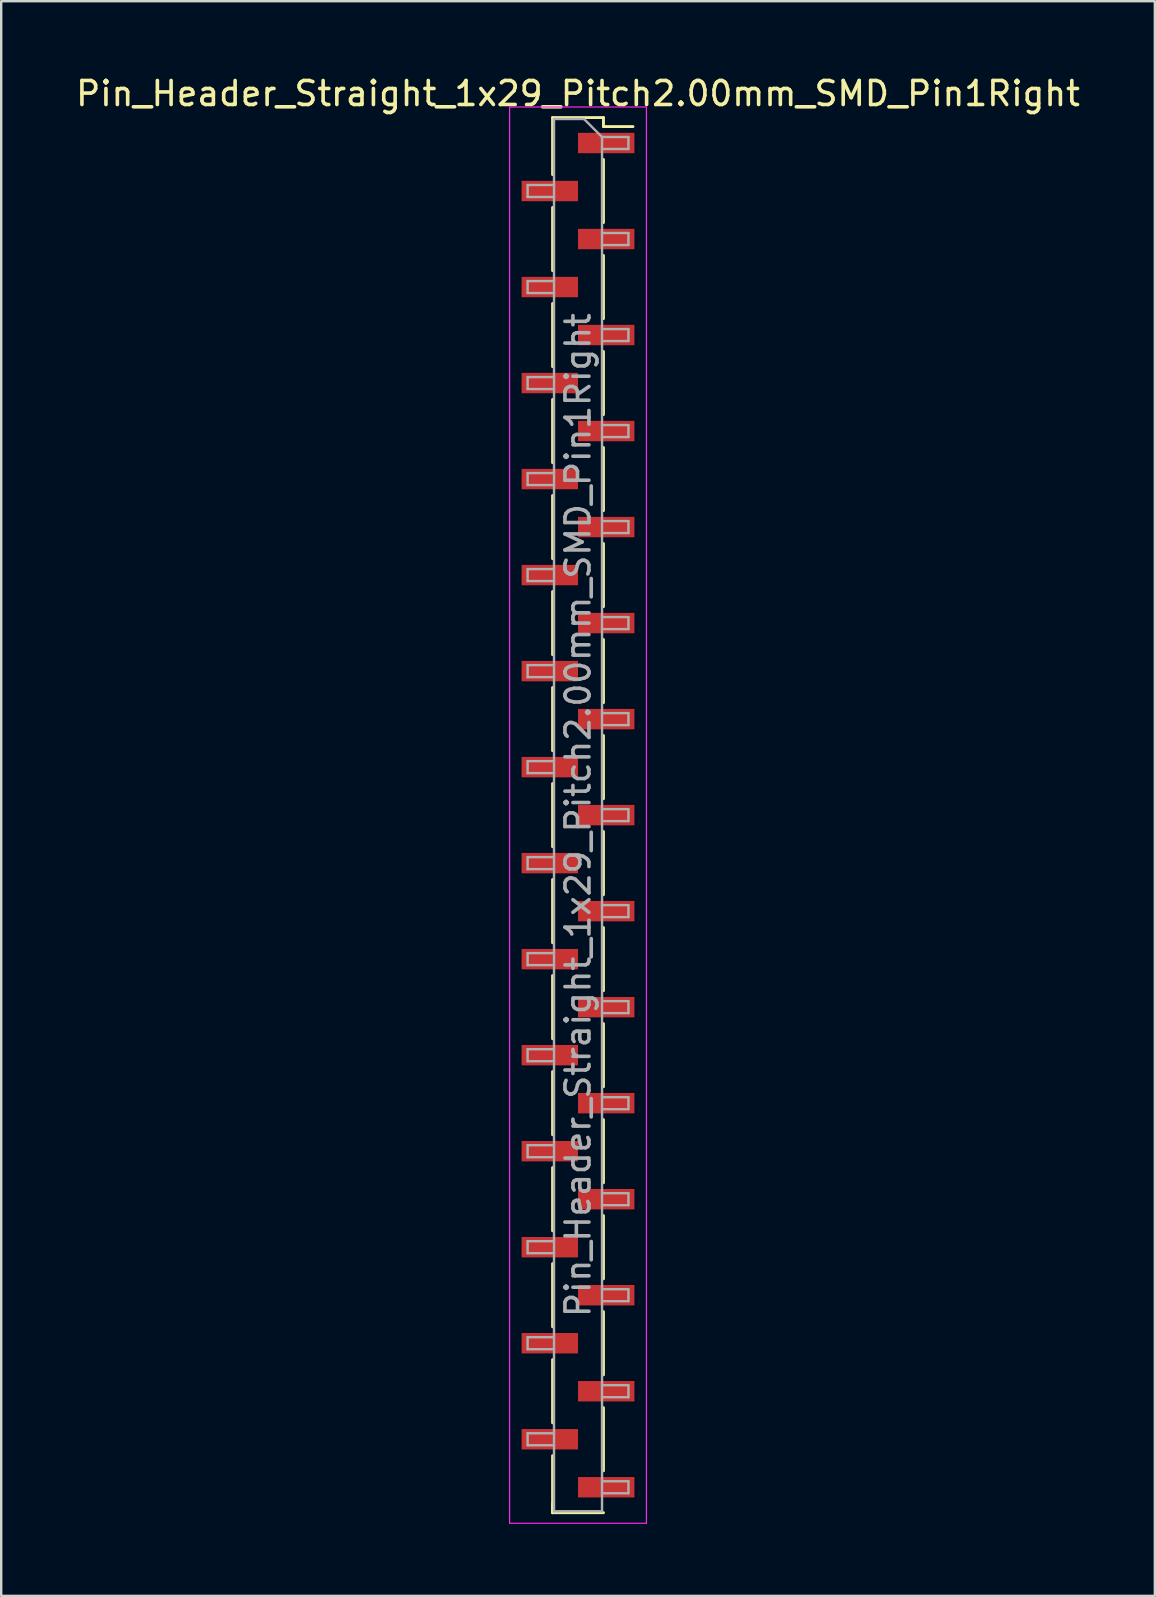
<source format=kicad_pcb>
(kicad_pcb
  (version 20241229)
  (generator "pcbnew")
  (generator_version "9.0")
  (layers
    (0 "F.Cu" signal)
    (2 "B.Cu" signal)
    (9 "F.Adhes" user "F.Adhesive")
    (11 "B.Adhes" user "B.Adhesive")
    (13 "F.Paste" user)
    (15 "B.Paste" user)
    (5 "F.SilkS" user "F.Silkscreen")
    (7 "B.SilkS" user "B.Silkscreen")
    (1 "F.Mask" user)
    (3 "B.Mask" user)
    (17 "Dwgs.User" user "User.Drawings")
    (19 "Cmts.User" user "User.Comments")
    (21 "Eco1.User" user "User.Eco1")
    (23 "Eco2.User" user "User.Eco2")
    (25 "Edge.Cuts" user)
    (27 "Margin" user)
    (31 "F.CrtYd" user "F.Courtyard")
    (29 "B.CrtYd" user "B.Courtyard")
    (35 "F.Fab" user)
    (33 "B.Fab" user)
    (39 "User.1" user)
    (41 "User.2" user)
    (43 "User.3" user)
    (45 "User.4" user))
  (footprint "Pin_Header_Straight_1x29_Pitch2.00mm_SMD_Pin1Right"
    (layer "F.Cu")
    (at 21.03 30.908)
    (property "Reference" "Pin_Header_Straight_1x29_Pitch2.00mm_SMD_Pin1Right" (at 0 -30.06 0) (layer "F.SilkS") (effects (font (size 1 1) (thickness 0.15))))
    (attr smd)
    (fp_line (start -1.06 -29.06) (end -1.06 -26.685) (stroke (width 0.12) (type solid)) (layer "F.SilkS"))
    (fp_line (start -1.06 -29.06) (end 1.06 -29.06) (stroke (width 0.12) (type solid)) (layer "F.SilkS"))
    (fp_line (start -1.06 -25.315) (end -1.06 -22.685) (stroke (width 0.12) (type solid)) (layer "F.SilkS"))
    (fp_line (start -1.06 -21.315) (end -1.06 -18.685) (stroke (width 0.12) (type solid)) (layer "F.SilkS"))
    (fp_line (start -1.06 -17.315) (end -1.06 -14.685) (stroke (width 0.12) (type solid)) (layer "F.SilkS"))
    (fp_line (start -1.06 -13.315) (end -1.06 -10.685) (stroke (width 0.12) (type solid)) (layer "F.SilkS"))
    (fp_line (start -1.06 -9.315) (end -1.06 -6.685) (stroke (width 0.12) (type solid)) (layer "F.SilkS"))
    (fp_line (start -1.06 -5.315) (end -1.06 -2.685) (stroke (width 0.12) (type solid)) (layer "F.SilkS"))
    (fp_line (start -1.06 -1.315) (end -1.06 1.315) (stroke (width 0.12) (type solid)) (layer "F.SilkS"))
    (fp_line (start -1.06 2.685) (end -1.06 5.315) (stroke (width 0.12) (type solid)) (layer "F.SilkS"))
    (fp_line (start -1.06 6.685) (end -1.06 9.315) (stroke (width 0.12) (type solid)) (layer "F.SilkS"))
    (fp_line (start -1.06 10.685) (end -1.06 13.315) (stroke (width 0.12) (type solid)) (layer "F.SilkS"))
    (fp_line (start -1.06 14.685) (end -1.06 17.315) (stroke (width 0.12) (type solid)) (layer "F.SilkS"))
    (fp_line (start -1.06 18.685) (end -1.06 21.315) (stroke (width 0.12) (type solid)) (layer "F.SilkS"))
    (fp_line (start -1.06 22.685) (end -1.06 25.315) (stroke (width 0.12) (type solid)) (layer "F.SilkS"))
    (fp_line (start -1.06 26.685) (end -1.06 29.06) (stroke (width 0.12) (type solid)) (layer "F.SilkS"))
    (fp_line (start -1.06 28.685) (end -1.06 29.06) (stroke (width 0.12) (type solid)) (layer "F.SilkS"))
    (fp_line (start -1.06 29.06) (end 1.06 29.06) (stroke (width 0.12) (type solid)) (layer "F.SilkS"))
    (fp_line (start 1.06 -29.06) (end 1.06 -28.685) (stroke (width 0.12) (type solid)) (layer "F.SilkS"))
    (fp_line (start 1.06 -28.685) (end 2.29 -28.685) (stroke (width 0.12) (type solid)) (layer "F.SilkS"))
    (fp_line (start 1.06 -27.315) (end 1.06 -24.685) (stroke (width 0.12) (type solid)) (layer "F.SilkS"))
    (fp_line (start 1.06 -23.315) (end 1.06 -20.685) (stroke (width 0.12) (type solid)) (layer "F.SilkS"))
    (fp_line (start 1.06 -19.315) (end 1.06 -16.685) (stroke (width 0.12) (type solid)) (layer "F.SilkS"))
    (fp_line (start 1.06 -15.315) (end 1.06 -12.685) (stroke (width 0.12) (type solid)) (layer "F.SilkS"))
    (fp_line (start 1.06 -11.315) (end 1.06 -8.685) (stroke (width 0.12) (type solid)) (layer "F.SilkS"))
    (fp_line (start 1.06 -7.315) (end 1.06 -4.685) (stroke (width 0.12) (type solid)) (layer "F.SilkS"))
    (fp_line (start 1.06 -3.315) (end 1.06 -0.685) (stroke (width 0.12) (type solid)) (layer "F.SilkS"))
    (fp_line (start 1.06 0.685) (end 1.06 3.315) (stroke (width 0.12) (type solid)) (layer "F.SilkS"))
    (fp_line (start 1.06 4.685) (end 1.06 7.315) (stroke (width 0.12) (type solid)) (layer "F.SilkS"))
    (fp_line (start 1.06 8.685) (end 1.06 11.315) (stroke (width 0.12) (type solid)) (layer "F.SilkS"))
    (fp_line (start 1.06 12.685) (end 1.06 15.315) (stroke (width 0.12) (type solid)) (layer "F.SilkS"))
    (fp_line (start 1.06 16.685) (end 1.06 19.315) (stroke (width 0.12) (type solid)) (layer "F.SilkS"))
    (fp_line (start 1.06 20.685) (end 1.06 23.315) (stroke (width 0.12) (type solid)) (layer "F.SilkS"))
    (fp_line (start 1.06 24.685) (end 1.06 27.315) (stroke (width 0.12) (type solid)) (layer "F.SilkS"))
    (fp_line (start -2.85 -29.5) (end -2.85 29.5) (stroke (width 0.05) (type solid)) (layer "F.CrtYd"))
    (fp_line (start -2.85 29.5) (end 2.85 29.5) (stroke (width 0.05) (type solid)) (layer "F.CrtYd"))
    (fp_line (start 2.85 -29.5) (end -2.85 -29.5) (stroke (width 0.05) (type solid)) (layer "F.CrtYd"))
    (fp_line (start 2.85 29.5) (end 2.85 -29.5) (stroke (width 0.05) (type solid)) (layer "F.CrtYd"))
    (fp_line (start -2.1 -26.25) (end -2.1 -25.75) (stroke (width 0.1) (type solid)) (layer "F.Fab"))
    (fp_line (start -2.1 -25.75) (end -1 -25.75) (stroke (width 0.1) (type solid)) (layer "F.Fab"))
    (fp_line (start -2.1 -22.25) (end -2.1 -21.75) (stroke (width 0.1) (type solid)) (layer "F.Fab"))
    (fp_line (start -2.1 -21.75) (end -1 -21.75) (stroke (width 0.1) (type solid)) (layer "F.Fab"))
    (fp_line (start -2.1 -18.25) (end -2.1 -17.75) (stroke (width 0.1) (type solid)) (layer "F.Fab"))
    (fp_line (start -2.1 -17.75) (end -1 -17.75) (stroke (width 0.1) (type solid)) (layer "F.Fab"))
    (fp_line (start -2.1 -14.25) (end -2.1 -13.75) (stroke (width 0.1) (type solid)) (layer "F.Fab"))
    (fp_line (start -2.1 -13.75) (end -1 -13.75) (stroke (width 0.1) (type solid)) (layer "F.Fab"))
    (fp_line (start -2.1 -10.25) (end -2.1 -9.75) (stroke (width 0.1) (type solid)) (layer "F.Fab"))
    (fp_line (start -2.1 -9.75) (end -1 -9.75) (stroke (width 0.1) (type solid)) (layer "F.Fab"))
    (fp_line (start -2.1 -6.25) (end -2.1 -5.75) (stroke (width 0.1) (type solid)) (layer "F.Fab"))
    (fp_line (start -2.1 -5.75) (end -1 -5.75) (stroke (width 0.1) (type solid)) (layer "F.Fab"))
    (fp_line (start -2.1 -2.25) (end -2.1 -1.75) (stroke (width 0.1) (type solid)) (layer "F.Fab"))
    (fp_line (start -2.1 -1.75) (end -1 -1.75) (stroke (width 0.1) (type solid)) (layer "F.Fab"))
    (fp_line (start -2.1 1.75) (end -2.1 2.25) (stroke (width 0.1) (type solid)) (layer "F.Fab"))
    (fp_line (start -2.1 2.25) (end -1 2.25) (stroke (width 0.1) (type solid)) (layer "F.Fab"))
    (fp_line (start -2.1 5.75) (end -2.1 6.25) (stroke (width 0.1) (type solid)) (layer "F.Fab"))
    (fp_line (start -2.1 6.25) (end -1 6.25) (stroke (width 0.1) (type solid)) (layer "F.Fab"))
    (fp_line (start -2.1 9.75) (end -2.1 10.25) (stroke (width 0.1) (type solid)) (layer "F.Fab"))
    (fp_line (start -2.1 10.25) (end -1 10.25) (stroke (width 0.1) (type solid)) (layer "F.Fab"))
    (fp_line (start -2.1 13.75) (end -2.1 14.25) (stroke (width 0.1) (type solid)) (layer "F.Fab"))
    (fp_line (start -2.1 14.25) (end -1 14.25) (stroke (width 0.1) (type solid)) (layer "F.Fab"))
    (fp_line (start -2.1 17.75) (end -2.1 18.25) (stroke (width 0.1) (type solid)) (layer "F.Fab"))
    (fp_line (start -2.1 18.25) (end -1 18.25) (stroke (width 0.1) (type solid)) (layer "F.Fab"))
    (fp_line (start -2.1 21.75) (end -2.1 22.25) (stroke (width 0.1) (type solid)) (layer "F.Fab"))
    (fp_line (start -2.1 22.25) (end -1 22.25) (stroke (width 0.1) (type solid)) (layer "F.Fab"))
    (fp_line (start -2.1 25.75) (end -2.1 26.25) (stroke (width 0.1) (type solid)) (layer "F.Fab"))
    (fp_line (start -2.1 26.25) (end -1 26.25) (stroke (width 0.1) (type solid)) (layer "F.Fab"))
    (fp_line (start -1 -29) (end -1 29) (stroke (width 0.1) (type solid)) (layer "F.Fab"))
    (fp_line (start -1 -29) (end 0.25 -29) (stroke (width 0.1) (type solid)) (layer "F.Fab"))
    (fp_line (start -1 -26.25) (end -2.1 -26.25) (stroke (width 0.1) (type solid)) (layer "F.Fab"))
    (fp_line (start -1 -22.25) (end -2.1 -22.25) (stroke (width 0.1) (type solid)) (layer "F.Fab"))
    (fp_line (start -1 -18.25) (end -2.1 -18.25) (stroke (width 0.1) (type solid)) (layer "F.Fab"))
    (fp_line (start -1 -14.25) (end -2.1 -14.25) (stroke (width 0.1) (type solid)) (layer "F.Fab"))
    (fp_line (start -1 -10.25) (end -2.1 -10.25) (stroke (width 0.1) (type solid)) (layer "F.Fab"))
    (fp_line (start -1 -6.25) (end -2.1 -6.25) (stroke (width 0.1) (type solid)) (layer "F.Fab"))
    (fp_line (start -1 -2.25) (end -2.1 -2.25) (stroke (width 0.1) (type solid)) (layer "F.Fab"))
    (fp_line (start -1 1.75) (end -2.1 1.75) (stroke (width 0.1) (type solid)) (layer "F.Fab"))
    (fp_line (start -1 5.75) (end -2.1 5.75) (stroke (width 0.1) (type solid)) (layer "F.Fab"))
    (fp_line (start -1 9.75) (end -2.1 9.75) (stroke (width 0.1) (type solid)) (layer "F.Fab"))
    (fp_line (start -1 13.75) (end -2.1 13.75) (stroke (width 0.1) (type solid)) (layer "F.Fab"))
    (fp_line (start -1 17.75) (end -2.1 17.75) (stroke (width 0.1) (type solid)) (layer "F.Fab"))
    (fp_line (start -1 21.75) (end -2.1 21.75) (stroke (width 0.1) (type solid)) (layer "F.Fab"))
    (fp_line (start -1 25.75) (end -2.1 25.75) (stroke (width 0.1) (type solid)) (layer "F.Fab"))
    (fp_line (start 1 -28.25) (end 0.25 -29) (stroke (width 0.1) (type solid)) (layer "F.Fab"))
    (fp_line (start 1 -28.25) (end 2.1 -28.25) (stroke (width 0.1) (type solid)) (layer "F.Fab"))
    (fp_line (start 1 -24.25) (end 2.1 -24.25) (stroke (width 0.1) (type solid)) (layer "F.Fab"))
    (fp_line (start 1 -20.25) (end 2.1 -20.25) (stroke (width 0.1) (type solid)) (layer "F.Fab"))
    (fp_line (start 1 -16.25) (end 2.1 -16.25) (stroke (width 0.1) (type solid)) (layer "F.Fab"))
    (fp_line (start 1 -12.25) (end 2.1 -12.25) (stroke (width 0.1) (type solid)) (layer "F.Fab"))
    (fp_line (start 1 -8.25) (end 2.1 -8.25) (stroke (width 0.1) (type solid)) (layer "F.Fab"))
    (fp_line (start 1 -4.25) (end 2.1 -4.25) (stroke (width 0.1) (type solid)) (layer "F.Fab"))
    (fp_line (start 1 -0.25) (end 2.1 -0.25) (stroke (width 0.1) (type solid)) (layer "F.Fab"))
    (fp_line (start 1 3.75) (end 2.1 3.75) (stroke (width 0.1) (type solid)) (layer "F.Fab"))
    (fp_line (start 1 7.75) (end 2.1 7.75) (stroke (width 0.1) (type solid)) (layer "F.Fab"))
    (fp_line (start 1 11.75) (end 2.1 11.75) (stroke (width 0.1) (type solid)) (layer "F.Fab"))
    (fp_line (start 1 15.75) (end 2.1 15.75) (stroke (width 0.1) (type solid)) (layer "F.Fab"))
    (fp_line (start 1 19.75) (end 2.1 19.75) (stroke (width 0.1) (type solid)) (layer "F.Fab"))
    (fp_line (start 1 23.75) (end 2.1 23.75) (stroke (width 0.1) (type solid)) (layer "F.Fab"))
    (fp_line (start 1 27.75) (end 2.1 27.75) (stroke (width 0.1) (type solid)) (layer "F.Fab"))
    (fp_line (start 1 29) (end -1 29) (stroke (width 0.1) (type solid)) (layer "F.Fab"))
    (fp_line (start 1 29) (end 1 -28.25) (stroke (width 0.1) (type solid)) (layer "F.Fab"))
    (fp_line (start 2.1 -28.25) (end 2.1 -27.75) (stroke (width 0.1) (type solid)) (layer "F.Fab"))
    (fp_line (start 2.1 -27.75) (end 1 -27.75) (stroke (width 0.1) (type solid)) (layer "F.Fab"))
    (fp_line (start 2.1 -24.25) (end 2.1 -23.75) (stroke (width 0.1) (type solid)) (layer "F.Fab"))
    (fp_line (start 2.1 -23.75) (end 1 -23.75) (stroke (width 0.1) (type solid)) (layer "F.Fab"))
    (fp_line (start 2.1 -20.25) (end 2.1 -19.75) (stroke (width 0.1) (type solid)) (layer "F.Fab"))
    (fp_line (start 2.1 -19.75) (end 1 -19.75) (stroke (width 0.1) (type solid)) (layer "F.Fab"))
    (fp_line (start 2.1 -16.25) (end 2.1 -15.75) (stroke (width 0.1) (type solid)) (layer "F.Fab"))
    (fp_line (start 2.1 -15.75) (end 1 -15.75) (stroke (width 0.1) (type solid)) (layer "F.Fab"))
    (fp_line (start 2.1 -12.25) (end 2.1 -11.75) (stroke (width 0.1) (type solid)) (layer "F.Fab"))
    (fp_line (start 2.1 -11.75) (end 1 -11.75) (stroke (width 0.1) (type solid)) (layer "F.Fab"))
    (fp_line (start 2.1 -8.25) (end 2.1 -7.75) (stroke (width 0.1) (type solid)) (layer "F.Fab"))
    (fp_line (start 2.1 -7.75) (end 1 -7.75) (stroke (width 0.1) (type solid)) (layer "F.Fab"))
    (fp_line (start 2.1 -4.25) (end 2.1 -3.75) (stroke (width 0.1) (type solid)) (layer "F.Fab"))
    (fp_line (start 2.1 -3.75) (end 1 -3.75) (stroke (width 0.1) (type solid)) (layer "F.Fab"))
    (fp_line (start 2.1 -0.25) (end 2.1 0.25) (stroke (width 0.1) (type solid)) (layer "F.Fab"))
    (fp_line (start 2.1 0.25) (end 1 0.25) (stroke (width 0.1) (type solid)) (layer "F.Fab"))
    (fp_line (start 2.1 3.75) (end 2.1 4.25) (stroke (width 0.1) (type solid)) (layer "F.Fab"))
    (fp_line (start 2.1 4.25) (end 1 4.25) (stroke (width 0.1) (type solid)) (layer "F.Fab"))
    (fp_line (start 2.1 7.75) (end 2.1 8.25) (stroke (width 0.1) (type solid)) (layer "F.Fab"))
    (fp_line (start 2.1 8.25) (end 1 8.25) (stroke (width 0.1) (type solid)) (layer "F.Fab"))
    (fp_line (start 2.1 11.75) (end 2.1 12.25) (stroke (width 0.1) (type solid)) (layer "F.Fab"))
    (fp_line (start 2.1 12.25) (end 1 12.25) (stroke (width 0.1) (type solid)) (layer "F.Fab"))
    (fp_line (start 2.1 15.75) (end 2.1 16.25) (stroke (width 0.1) (type solid)) (layer "F.Fab"))
    (fp_line (start 2.1 16.25) (end 1 16.25) (stroke (width 0.1) (type solid)) (layer "F.Fab"))
    (fp_line (start 2.1 19.75) (end 2.1 20.25) (stroke (width 0.1) (type solid)) (layer "F.Fab"))
    (fp_line (start 2.1 20.25) (end 1 20.25) (stroke (width 0.1) (type solid)) (layer "F.Fab"))
    (fp_line (start 2.1 23.75) (end 2.1 24.25) (stroke (width 0.1) (type solid)) (layer "F.Fab"))
    (fp_line (start 2.1 24.25) (end 1 24.25) (stroke (width 0.1) (type solid)) (layer "F.Fab"))
    (fp_line (start 2.1 27.75) (end 2.1 28.25) (stroke (width 0.1) (type solid)) (layer "F.Fab"))
    (fp_line (start 2.1 28.25) (end 1 28.25) (stroke (width 0.1) (type solid)) (layer "F.Fab"))
    (fp_text user "${REFERENCE}" (at 0 0 90) (layer "F.Fab") (effects (font (size 1 1) (thickness 0.15))))
    (pad "1" smd rect (at 1.175 -28) (size 2.35 0.85) (layers "F.Cu" "F.Mask" "F.Paste"))
    (pad "2" smd rect (at -1.175 -26) (size 2.35 0.85) (layers "F.Cu" "F.Mask" "F.Paste"))
    (pad "3" smd rect (at 1.175 -24) (size 2.35 0.85) (layers "F.Cu" "F.Mask" "F.Paste"))
    (pad "4" smd rect (at -1.175 -22) (size 2.35 0.85) (layers "F.Cu" "F.Mask" "F.Paste"))
    (pad "5" smd rect (at 1.175 -20) (size 2.35 0.85) (layers "F.Cu" "F.Mask" "F.Paste"))
    (pad "6" smd rect (at -1.175 -18) (size 2.35 0.85) (layers "F.Cu" "F.Mask" "F.Paste"))
    (pad "7" smd rect (at 1.175 -16) (size 2.35 0.85) (layers "F.Cu" "F.Mask" "F.Paste"))
    (pad "8" smd rect (at -1.175 -14) (size 2.35 0.85) (layers "F.Cu" "F.Mask" "F.Paste"))
    (pad "9" smd rect (at 1.175 -12) (size 2.35 0.85) (layers "F.Cu" "F.Mask" "F.Paste"))
    (pad "10" smd rect (at -1.175 -10) (size 2.35 0.85) (layers "F.Cu" "F.Mask" "F.Paste"))
    (pad "11" smd rect (at 1.175 -8) (size 2.35 0.85) (layers "F.Cu" "F.Mask" "F.Paste"))
    (pad "12" smd rect (at -1.175 -6) (size 2.35 0.85) (layers "F.Cu" "F.Mask" "F.Paste"))
    (pad "13" smd rect (at 1.175 -4) (size 2.35 0.85) (layers "F.Cu" "F.Mask" "F.Paste"))
    (pad "14" smd rect (at -1.175 -2) (size 2.35 0.85) (layers "F.Cu" "F.Mask" "F.Paste"))
    (pad "15" smd rect (at 1.175 0) (size 2.35 0.85) (layers "F.Cu" "F.Mask" "F.Paste"))
    (pad "16" smd rect (at -1.175 2) (size 2.35 0.85) (layers "F.Cu" "F.Mask" "F.Paste"))
    (pad "17" smd rect (at 1.175 4) (size 2.35 0.85) (layers "F.Cu" "F.Mask" "F.Paste"))
    (pad "18" smd rect (at -1.175 6) (size 2.35 0.85) (layers "F.Cu" "F.Mask" "F.Paste"))
    (pad "19" smd rect (at 1.175 8) (size 2.35 0.85) (layers "F.Cu" "F.Mask" "F.Paste"))
    (pad "20" smd rect (at -1.175 10) (size 2.35 0.85) (layers "F.Cu" "F.Mask" "F.Paste"))
    (pad "21" smd rect (at 1.175 12) (size 2.35 0.85) (layers "F.Cu" "F.Mask" "F.Paste"))
    (pad "22" smd rect (at -1.175 14) (size 2.35 0.85) (layers "F.Cu" "F.Mask" "F.Paste"))
    (pad "23" smd rect (at 1.175 16) (size 2.35 0.85) (layers "F.Cu" "F.Mask" "F.Paste"))
    (pad "24" smd rect (at -1.175 18) (size 2.35 0.85) (layers "F.Cu" "F.Mask" "F.Paste"))
    (pad "25" smd rect (at 1.175 20) (size 2.35 0.85) (layers "F.Cu" "F.Mask" "F.Paste"))
    (pad "26" smd rect (at -1.175 22) (size 2.35 0.85) (layers "F.Cu" "F.Mask" "F.Paste"))
    (pad "27" smd rect (at 1.175 24) (size 2.35 0.85) (layers "F.Cu" "F.Mask" "F.Paste"))
    (pad "28" smd rect (at -1.175 26) (size 2.35 0.85) (layers "F.Cu" "F.Mask" "F.Paste"))
    (pad "29" smd rect (at 1.175 28) (size 2.35 0.85) (layers "F.Cu" "F.Mask" "F.Paste")))
  (gr_rect
    (start -3 -3)
    (end 45.06 63.433)
    (stroke (width 0.1) (type default))
    (fill no)
    (layer "Edge.Cuts")))
</source>
